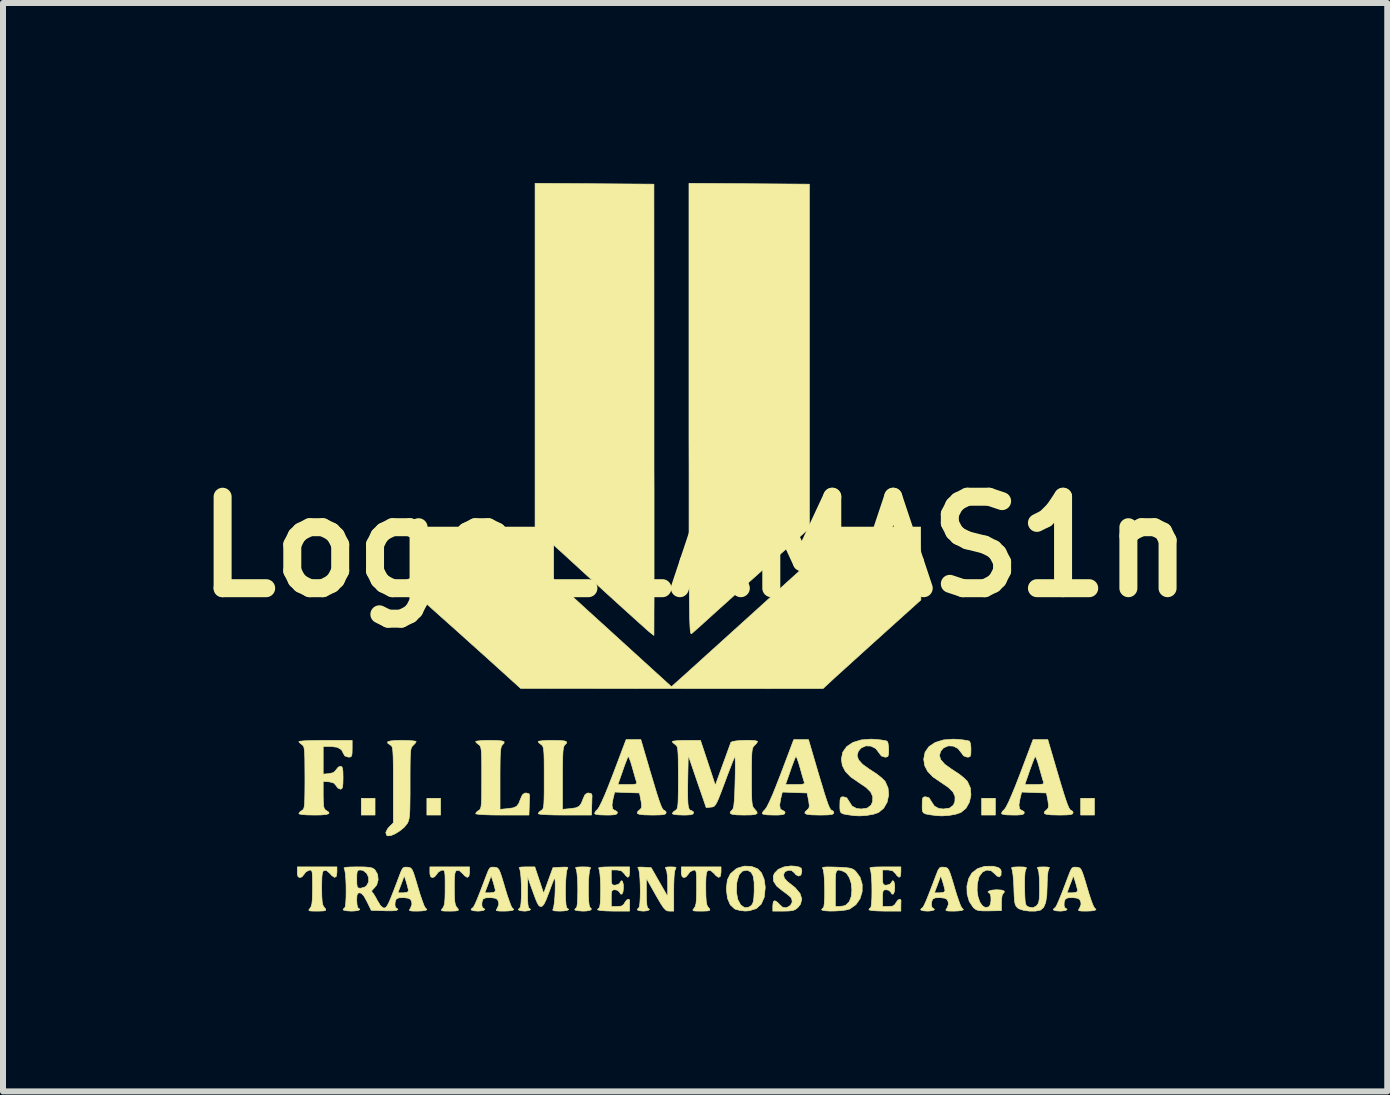
<source format=kicad_pcb>
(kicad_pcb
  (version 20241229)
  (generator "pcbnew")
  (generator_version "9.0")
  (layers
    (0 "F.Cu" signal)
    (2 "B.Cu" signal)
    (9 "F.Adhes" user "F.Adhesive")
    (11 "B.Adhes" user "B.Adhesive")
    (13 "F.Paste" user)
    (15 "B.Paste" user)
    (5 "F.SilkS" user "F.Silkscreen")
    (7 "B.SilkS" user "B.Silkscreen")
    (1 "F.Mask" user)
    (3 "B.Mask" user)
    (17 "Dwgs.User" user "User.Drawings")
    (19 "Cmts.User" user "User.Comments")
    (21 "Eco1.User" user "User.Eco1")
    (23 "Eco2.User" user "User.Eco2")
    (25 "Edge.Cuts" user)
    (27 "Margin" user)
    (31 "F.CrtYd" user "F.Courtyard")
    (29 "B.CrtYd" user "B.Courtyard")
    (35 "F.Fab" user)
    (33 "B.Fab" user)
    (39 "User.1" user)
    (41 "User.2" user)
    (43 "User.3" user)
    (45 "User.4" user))
  (footprint "LogoLLAMAS1n"
    (layer "F.Cu")
    (at 8.534 6.063)
    (property "Reference" "LogoLLAMAS1n" (at 0 0 0) (layer "F.SilkS") (effects (font (size 1.524 1.524) (thickness 0.3))))
    (attr through_hole)
    (fp_poly (pts (xy -5.334 4.47) (xy -5.563 4.47) (xy -5.563 4.191) (xy -5.334 4.191) (xy -5.334 4.47)) (stroke (width 0.01) (type solid)) (fill yes) (layer "F.SilkS"))
    (fp_poly (pts (xy -4.242 4.47) (xy -4.47 4.47) (xy -4.47 4.191) (xy -4.242 4.191) (xy -4.242 4.47)) (stroke (width 0.01) (type solid)) (fill yes) (layer "F.SilkS"))
    (fp_poly (pts (xy 5.004 4.47) (xy 4.775 4.47) (xy 4.775 4.191) (xy 5.004 4.191) (xy 5.004 4.47)) (stroke (width 0.01) (type solid)) (fill yes) (layer "F.SilkS"))
    (fp_poly (pts (xy 6.655 4.47) (xy 6.426 4.47) (xy 6.426 4.191) (xy 6.655 4.191) (xy 6.655 4.47)) (stroke (width 0.01) (type solid)) (fill yes) (layer "F.SilkS"))
    (fp_poly (pts (xy -1.784 5.336) (xy -1.745 5.344) (xy -1.743 5.359) (xy -1.748 5.364) (xy -1.76 5.401) (xy -1.769 5.475) (xy -1.776 5.573) (xy -1.778 5.684) (xy -1.778 5.795) (xy -1.774 5.894) (xy -1.766 5.968) (xy -1.754 6.006) (xy -1.753 6.007) (xy -1.726 6.036) (xy -1.747 6.057) (xy -1.811 6.069) (xy -1.867 6.071) (xy -1.943 6.066) (xy -1.994 6.056) (xy -2.007 6.045) (xy -1.987 6.021) (xy -1.981 6.02) (xy -1.97 5.996) (xy -1.961 5.934) (xy -1.957 5.843) (xy -1.955 5.737) (xy -1.956 5.626) (xy -1.961 5.521) (xy -1.969 5.435) (xy -1.979 5.379) (xy -1.986 5.364) (xy -1.993 5.347) (xy -1.964 5.338) (xy -1.894 5.334) (xy -1.867 5.334) (xy -1.784 5.336)) (stroke (width 0.01) (type solid)) (fill yes) (layer "F.SilkS"))
    (fp_poly (pts (xy 0.939 5.326) (xy 1.043 5.366) (xy 1.105 5.432) (xy 1.149 5.535) (xy 1.168 5.662) (xy 1.168 5.688) (xy 1.152 5.84) (xy 1.102 5.954) (xy 1.02 6.029) (xy 0.904 6.065) (xy 0.833 6.07) (xy 0.747 6.06) (xy 0.671 6.039) (xy 0.658 6.033) (xy 0.586 5.965) (xy 0.54 5.858) (xy 0.527 5.756) (xy 0.689 5.756) (xy 0.711 5.877) (xy 0.757 5.963) (xy 0.763 5.97) (xy 0.825 6.014) (xy 0.885 6.01) (xy 0.929 5.984) (xy 0.954 5.957) (xy 0.97 5.913) (xy 0.98 5.841) (xy 0.985 5.736) (xy 0.984 5.59) (xy 0.968 5.488) (xy 0.934 5.424) (xy 0.882 5.394) (xy 0.862 5.39) (xy 0.789 5.404) (xy 0.734 5.464) (xy 0.701 5.567) (xy 0.694 5.608) (xy 0.689 5.756) (xy 0.527 5.756) (xy 0.522 5.714) (xy 0.522 5.684) (xy 0.538 5.551) (xy 0.588 5.45) (xy 0.677 5.372) (xy 0.713 5.352) (xy 0.821 5.321) (xy 0.939 5.326)) (stroke (width 0.01) (type solid)) (fill yes) (layer "F.SilkS"))
    (fp_poly (pts (xy -5.969 5.423) (xy -5.978 5.49) (xy -6.006 5.509) (xy -6.052 5.481) (xy -6.085 5.444) (xy -6.14 5.395) (xy -6.181 5.392) (xy -6.2 5.407) (xy -6.212 5.438) (xy -6.219 5.496) (xy -6.222 5.589) (xy -6.223 5.687) (xy -6.221 5.821) (xy -6.215 5.912) (xy -6.204 5.969) (xy -6.186 6.002) (xy -6.185 6.003) (xy -6.156 6.038) (xy -6.156 6.058) (xy -6.194 6.068) (xy -6.274 6.071) (xy -6.303 6.071) (xy -6.388 6.07) (xy -6.43 6.065) (xy -6.438 6.052) (xy -6.421 6.029) (xy -6.417 6.024) (xy -6.399 5.994) (xy -6.386 5.946) (xy -6.379 5.872) (xy -6.376 5.762) (xy -6.375 5.679) (xy -6.376 5.553) (xy -6.378 5.469) (xy -6.383 5.418) (xy -6.394 5.394) (xy -6.411 5.387) (xy -6.433 5.389) (xy -6.487 5.418) (xy -6.515 5.455) (xy -6.551 5.499) (xy -6.585 5.512) (xy -6.616 5.499) (xy -6.629 5.452) (xy -6.629 5.423) (xy -6.629 5.334) (xy -5.969 5.334) (xy -5.969 5.423)) (stroke (width 0.01) (type solid)) (fill yes) (layer "F.SilkS"))
    (fp_poly (pts (xy -4.786 3.228) (xy -4.704 3.233) (xy -4.656 3.24) (xy -4.648 3.246) (xy -4.666 3.275) (xy -4.699 3.309) (xy -4.715 3.325) (xy -4.728 3.347) (xy -4.737 3.382) (xy -4.743 3.436) (xy -4.747 3.515) (xy -4.749 3.625) (xy -4.75 3.775) (xy -4.75 3.943) (xy -4.75 4.134) (xy -4.752 4.281) (xy -4.754 4.391) (xy -4.759 4.471) (xy -4.766 4.527) (xy -4.777 4.568) (xy -4.79 4.599) (xy -4.798 4.613) (xy -4.849 4.675) (xy -4.92 4.733) (xy -4.997 4.781) (xy -5.069 4.812) (xy -5.123 4.817) (xy -5.139 4.809) (xy -5.155 4.761) (xy -5.124 4.698) (xy -5.093 4.663) (xy -5.029 4.6) (xy -5.029 3.964) (xy -5.029 3.768) (xy -5.03 3.617) (xy -5.032 3.504) (xy -5.036 3.424) (xy -5.041 3.37) (xy -5.049 3.336) (xy -5.06 3.316) (xy -5.075 3.305) (xy -5.08 3.302) (xy -5.124 3.271) (xy -5.123 3.249) (xy -5.077 3.235) (xy -4.982 3.227) (xy -4.889 3.226) (xy -4.786 3.228)) (stroke (width 0.01) (type solid)) (fill yes) (layer "F.SilkS"))
    (fp_poly (pts (xy -3.759 5.423) (xy -3.769 5.49) (xy -3.797 5.509) (xy -3.842 5.481) (xy -3.875 5.444) (xy -3.93 5.395) (xy -3.971 5.392) (xy -3.99 5.407) (xy -4.002 5.438) (xy -4.009 5.496) (xy -4.013 5.589) (xy -4.013 5.687) (xy -4.011 5.821) (xy -4.005 5.912) (xy -3.994 5.969) (xy -3.977 6.002) (xy -3.975 6.003) (xy -3.946 6.038) (xy -3.947 6.058) (xy -3.984 6.068) (xy -4.064 6.071) (xy -4.093 6.071) (xy -4.178 6.07) (xy -4.22 6.065) (xy -4.229 6.052) (xy -4.212 6.029) (xy -4.208 6.024) (xy -4.189 5.994) (xy -4.176 5.946) (xy -4.169 5.872) (xy -4.166 5.762) (xy -4.166 5.679) (xy -4.166 5.553) (xy -4.168 5.469) (xy -4.174 5.418) (xy -4.184 5.394) (xy -4.201 5.387) (xy -4.223 5.389) (xy -4.277 5.418) (xy -4.305 5.455) (xy -4.341 5.499) (xy -4.375 5.512) (xy -4.406 5.499) (xy -4.419 5.452) (xy -4.42 5.423) (xy -4.42 5.334) (xy -3.759 5.334) (xy -3.759 5.423)) (stroke (width 0.01) (type solid)) (fill yes) (layer "F.SilkS"))
    (fp_poly (pts (xy 0.432 5.423) (xy 0.422 5.49) (xy 0.394 5.509) (xy 0.349 5.481) (xy 0.316 5.444) (xy 0.261 5.395) (xy 0.22 5.392) (xy 0.201 5.407) (xy 0.189 5.438) (xy 0.182 5.496) (xy 0.178 5.589) (xy 0.178 5.687) (xy 0.18 5.821) (xy 0.186 5.912) (xy 0.197 5.969) (xy 0.214 6.002) (xy 0.216 6.003) (xy 0.245 6.038) (xy 0.244 6.058) (xy 0.207 6.068) (xy 0.127 6.071) (xy 0.098 6.071) (xy 0.013 6.07) (xy -0.029 6.065) (xy -0.038 6.052) (xy -0.021 6.029) (xy -0.017 6.024) (xy 0.002 5.994) (xy 0.015 5.946) (xy 0.022 5.872) (xy 0.025 5.762) (xy 0.025 5.679) (xy 0.025 5.553) (xy 0.023 5.469) (xy 0.017 5.418) (xy 0.007 5.394) (xy -0.01 5.387) (xy -0.032 5.389) (xy -0.086 5.418) (xy -0.114 5.455) (xy -0.15 5.499) (xy -0.184 5.512) (xy -0.215 5.499) (xy -0.228 5.452) (xy -0.229 5.423) (xy -0.229 5.334) (xy 0.432 5.334) (xy 0.432 5.423)) (stroke (width 0.01) (type solid)) (fill yes) (layer "F.SilkS"))
    (fp_poly (pts (xy 1.668 5.323) (xy 1.737 5.337) (xy 1.769 5.358) (xy 1.778 5.397) (xy 1.778 5.413) (xy 1.763 5.47) (xy 1.726 5.487) (xy 1.679 5.464) (xy 1.656 5.434) (xy 1.606 5.393) (xy 1.555 5.39) (xy 1.497 5.415) (xy 1.474 5.464) (xy 1.487 5.523) (xy 1.537 5.578) (xy 1.539 5.579) (xy 1.669 5.682) (xy 1.749 5.778) (xy 1.778 5.869) (xy 1.757 5.954) (xy 1.716 6.008) (xy 1.675 6.042) (xy 1.629 6.061) (xy 1.561 6.069) (xy 1.474 6.071) (xy 1.295 6.071) (xy 1.295 5.982) (xy 1.303 5.916) (xy 1.329 5.897) (xy 1.373 5.924) (xy 1.407 5.96) (xy 1.458 6.006) (xy 1.51 6.015) (xy 1.531 6.011) (xy 1.59 5.975) (xy 1.619 5.918) (xy 1.608 5.857) (xy 1.577 5.824) (xy 1.517 5.776) (xy 1.461 5.736) (xy 1.359 5.653) (xy 1.307 5.571) (xy 1.303 5.488) (xy 1.323 5.44) (xy 1.385 5.376) (xy 1.482 5.334) (xy 1.598 5.318) (xy 1.668 5.323)) (stroke (width 0.01) (type solid)) (fill yes) (layer "F.SilkS"))
    (fp_poly (pts (xy 4.986 5.327) (xy 5.057 5.347) (xy 5.092 5.377) (xy 5.101 5.407) (xy 5.098 5.474) (xy 5.07 5.501) (xy 5.027 5.484) (xy 5 5.455) (xy 4.934 5.398) (xy 4.861 5.387) (xy 4.792 5.418) (xy 4.738 5.488) (xy 4.727 5.515) (xy 4.703 5.622) (xy 4.7 5.731) (xy 4.715 5.833) (xy 4.745 5.92) (xy 4.788 5.982) (xy 4.839 6.012) (xy 4.896 5.999) (xy 4.898 5.998) (xy 4.92 5.961) (xy 4.931 5.9) (xy 4.93 5.834) (xy 4.918 5.784) (xy 4.905 5.771) (xy 4.88 5.753) (xy 4.898 5.736) (xy 4.948 5.721) (xy 5.022 5.715) (xy 5.031 5.715) (xy 5.113 5.721) (xy 5.153 5.738) (xy 5.149 5.764) (xy 5.131 5.779) (xy 5.116 5.811) (xy 5.107 5.877) (xy 5.105 5.929) (xy 5.105 6.063) (xy 4.901 6.067) (xy 4.796 6.067) (xy 4.728 6.062) (xy 4.684 6.048) (xy 4.648 6.022) (xy 4.636 6.01) (xy 4.569 5.91) (xy 4.533 5.785) (xy 4.53 5.652) (xy 4.561 5.526) (xy 4.613 5.436) (xy 4.707 5.363) (xy 4.827 5.324) (xy 4.962 5.323) (xy 4.986 5.327)) (stroke (width 0.01) (type solid)) (fill yes) (layer "F.SilkS"))
    (fp_poly (pts (xy -0.339 5.337) (xy -0.316 5.347) (xy -0.325 5.364) (xy -0.34 5.404) (xy -0.35 5.491) (xy -0.355 5.626) (xy -0.356 5.733) (xy -0.356 6.071) (xy -0.429 6.071) (xy -0.462 6.067) (xy -0.492 6.051) (xy -0.525 6.016) (xy -0.566 5.955) (xy -0.623 5.859) (xy -0.658 5.798) (xy -0.812 5.524) (xy -0.812 5.772) (xy -0.81 5.888) (xy -0.803 5.972) (xy -0.793 6.015) (xy -0.787 6.02) (xy -0.763 6.039) (xy -0.762 6.045) (xy -0.785 6.061) (xy -0.841 6.07) (xy -0.864 6.071) (xy -0.927 6.065) (xy -0.963 6.051) (xy -0.965 6.045) (xy -0.946 6.021) (xy -0.94 6.02) (xy -0.928 5.996) (xy -0.92 5.934) (xy -0.915 5.843) (xy -0.913 5.737) (xy -0.915 5.625) (xy -0.92 5.521) (xy -0.928 5.434) (xy -0.939 5.377) (xy -0.946 5.363) (xy -0.956 5.344) (xy -0.931 5.337) (xy -0.865 5.338) (xy -0.855 5.339) (xy -0.732 5.347) (xy -0.595 5.587) (xy -0.457 5.827) (xy -0.457 5.611) (xy -0.461 5.491) (xy -0.472 5.406) (xy -0.488 5.364) (xy -0.496 5.345) (xy -0.467 5.336) (xy -0.406 5.334) (xy -0.339 5.337)) (stroke (width 0.01) (type solid)) (fill yes) (layer "F.SilkS"))
    (fp_poly (pts (xy 2.295 5.336) (xy 2.354 5.338) (xy 2.474 5.343) (xy 2.555 5.351) (xy 2.609 5.363) (xy 2.648 5.383) (xy 2.677 5.408) (xy 2.75 5.508) (xy 2.785 5.625) (xy 2.784 5.748) (xy 2.748 5.865) (xy 2.68 5.963) (xy 2.581 6.033) (xy 2.575 6.036) (xy 2.515 6.052) (xy 2.43 6.063) (xy 2.335 6.069) (xy 2.243 6.07) (xy 2.166 6.065) (xy 2.118 6.055) (xy 2.108 6.045) (xy 2.128 6.021) (xy 2.134 6.02) (xy 2.146 5.996) (xy 2.154 5.934) (xy 2.159 5.843) (xy 2.16 5.737) (xy 2.159 5.69) (xy 2.337 5.69) (xy 2.337 5.994) (xy 2.402 5.994) (xy 2.472 5.985) (xy 2.514 5.97) (xy 2.57 5.913) (xy 2.603 5.826) (xy 2.613 5.721) (xy 2.603 5.613) (xy 2.572 5.515) (xy 2.523 5.44) (xy 2.476 5.41) (xy 2.42 5.39) (xy 2.381 5.386) (xy 2.357 5.403) (xy 2.343 5.45) (xy 2.338 5.532) (xy 2.337 5.657) (xy 2.337 5.69) (xy 2.159 5.69) (xy 2.158 5.625) (xy 2.153 5.521) (xy 2.145 5.434) (xy 2.134 5.377) (xy 2.127 5.362) (xy 2.121 5.348) (xy 2.143 5.339) (xy 2.198 5.335) (xy 2.295 5.336)) (stroke (width 0.01) (type solid)) (fill yes) (layer "F.SilkS"))
    (fp_poly (pts (xy -3.294 3.228) (xy -3.217 3.235) (xy -3.182 3.25) (xy -3.185 3.273) (xy -3.213 3.302) (xy -3.226 3.321) (xy -3.236 3.356) (xy -3.243 3.414) (xy -3.248 3.502) (xy -3.25 3.626) (xy -3.251 3.792) (xy -3.251 3.854) (xy -3.251 4.375) (xy -3.123 4.363) (xy -3.031 4.35) (xy -2.975 4.325) (xy -2.938 4.276) (xy -2.909 4.201) (xy -2.879 4.134) (xy -2.842 4.106) (xy -2.815 4.102) (xy -2.767 4.116) (xy -2.758 4.147) (xy -2.76 4.196) (xy -2.763 4.276) (xy -2.764 4.331) (xy -2.769 4.47) (xy -3.213 4.47) (xy -3.376 4.469) (xy -3.506 4.465) (xy -3.599 4.459) (xy -3.65 4.451) (xy -3.658 4.446) (xy -3.638 4.416) (xy -3.607 4.394) (xy -3.59 4.383) (xy -3.577 4.364) (xy -3.568 4.331) (xy -3.562 4.278) (xy -3.558 4.198) (xy -3.557 4.083) (xy -3.556 3.927) (xy -3.556 3.847) (xy -3.556 3.672) (xy -3.557 3.541) (xy -3.56 3.446) (xy -3.565 3.382) (xy -3.573 3.341) (xy -3.584 3.316) (xy -3.599 3.301) (xy -3.607 3.296) (xy -3.646 3.264) (xy -3.658 3.245) (xy -3.634 3.237) (xy -3.571 3.23) (xy -3.479 3.226) (xy -3.416 3.226) (xy -3.294 3.228)) (stroke (width 0.01) (type solid)) (fill yes) (layer "F.SilkS"))
    (fp_poly (pts (xy -2.252 3.228) (xy -2.176 3.235) (xy -2.141 3.25) (xy -2.143 3.273) (xy -2.172 3.302) (xy -2.185 3.321) (xy -2.195 3.356) (xy -2.202 3.414) (xy -2.206 3.502) (xy -2.209 3.626) (xy -2.21 3.792) (xy -2.21 3.854) (xy -2.21 4.375) (xy -2.081 4.363) (xy -1.99 4.35) (xy -1.934 4.325) (xy -1.897 4.276) (xy -1.867 4.201) (xy -1.837 4.134) (xy -1.801 4.106) (xy -1.774 4.102) (xy -1.726 4.116) (xy -1.717 4.147) (xy -1.719 4.196) (xy -1.721 4.276) (xy -1.723 4.331) (xy -1.727 4.47) (xy -2.172 4.47) (xy -2.334 4.469) (xy -2.465 4.465) (xy -2.558 4.459) (xy -2.608 4.451) (xy -2.616 4.446) (xy -2.596 4.416) (xy -2.565 4.394) (xy -2.548 4.383) (xy -2.535 4.364) (xy -2.526 4.331) (xy -2.52 4.278) (xy -2.517 4.198) (xy -2.515 4.083) (xy -2.515 3.927) (xy -2.515 3.847) (xy -2.515 3.672) (xy -2.516 3.541) (xy -2.519 3.446) (xy -2.524 3.382) (xy -2.532 3.341) (xy -2.543 3.316) (xy -2.558 3.301) (xy -2.565 3.296) (xy -2.605 3.264) (xy -2.616 3.245) (xy -2.593 3.237) (xy -2.529 3.23) (xy -2.437 3.226) (xy -2.375 3.226) (xy -2.252 3.228)) (stroke (width 0.01) (type solid)) (fill yes) (layer "F.SilkS"))
    (fp_poly (pts (xy 5.877 5.337) (xy 5.906 5.346) (xy 5.898 5.364) (xy 5.898 5.364) (xy 5.882 5.408) (xy 5.871 5.498) (xy 5.867 5.63) (xy 5.867 5.645) (xy 5.861 5.809) (xy 5.842 5.929) (xy 5.809 6.008) (xy 5.76 6.051) (xy 5.752 6.055) (xy 5.672 6.071) (xy 5.573 6.071) (xy 5.475 6.058) (xy 5.399 6.033) (xy 5.381 6.022) (xy 5.355 5.997) (xy 5.337 5.966) (xy 5.326 5.919) (xy 5.319 5.845) (xy 5.314 5.734) (xy 5.313 5.686) (xy 5.307 5.567) (xy 5.298 5.467) (xy 5.287 5.395) (xy 5.278 5.366) (xy 5.274 5.347) (xy 5.304 5.338) (xy 5.376 5.334) (xy 5.397 5.334) (xy 5.478 5.336) (xy 5.517 5.343) (xy 5.522 5.358) (xy 5.514 5.369) (xy 5.499 5.416) (xy 5.492 5.513) (xy 5.491 5.658) (xy 5.492 5.693) (xy 5.495 5.817) (xy 5.5 5.9) (xy 5.508 5.951) (xy 5.521 5.979) (xy 5.543 5.995) (xy 5.568 6.005) (xy 5.631 6.015) (xy 5.682 5.988) (xy 5.689 5.982) (xy 5.712 5.956) (xy 5.727 5.92) (xy 5.736 5.864) (xy 5.74 5.778) (xy 5.74 5.665) (xy 5.737 5.52) (xy 5.728 5.421) (xy 5.713 5.368) (xy 5.71 5.364) (xy 5.702 5.346) (xy 5.731 5.337) (xy 5.804 5.334) (xy 5.804 5.334) (xy 5.877 5.337)) (stroke (width 0.01) (type solid)) (fill yes) (layer "F.SilkS"))
    (fp_poly (pts (xy -1.092 5.423) (xy -1.1 5.49) (xy -1.121 5.508) (xy -1.158 5.478) (xy -1.179 5.448) (xy -1.228 5.4) (xy -1.3 5.385) (xy -1.309 5.385) (xy -1.397 5.385) (xy -1.397 5.512) (xy -1.395 5.587) (xy -1.384 5.625) (xy -1.359 5.638) (xy -1.333 5.639) (xy -1.279 5.625) (xy -1.254 5.601) (xy -1.23 5.564) (xy -1.21 5.573) (xy -1.197 5.622) (xy -1.194 5.677) (xy -1.201 5.75) (xy -1.219 5.788) (xy -1.242 5.786) (xy -1.261 5.753) (xy -1.295 5.723) (xy -1.336 5.715) (xy -1.371 5.719) (xy -1.389 5.739) (xy -1.396 5.788) (xy -1.397 5.855) (xy -1.397 5.994) (xy -1.299 5.994) (xy -1.23 5.988) (xy -1.19 5.961) (xy -1.172 5.929) (xy -1.143 5.888) (xy -1.11 5.872) (xy -1.091 5.885) (xy -1.09 5.9) (xy -1.092 5.936) (xy -1.092 5.994) (xy -1.092 6.071) (xy -1.359 6.071) (xy -1.481 6.068) (xy -1.57 6.062) (xy -1.618 6.052) (xy -1.626 6.045) (xy -1.606 6.021) (xy -1.6 6.02) (xy -1.589 5.996) (xy -1.58 5.934) (xy -1.576 5.843) (xy -1.574 5.737) (xy -1.575 5.626) (xy -1.58 5.521) (xy -1.588 5.435) (xy -1.598 5.379) (xy -1.605 5.364) (xy -1.608 5.351) (xy -1.58 5.341) (xy -1.516 5.336) (xy -1.408 5.334) (xy -1.364 5.334) (xy -1.092 5.334) (xy -1.092 5.423)) (stroke (width 0.01) (type solid)) (fill yes) (layer "F.SilkS"))
    (fp_poly (pts (xy 3.429 5.423) (xy 3.422 5.49) (xy 3.4 5.508) (xy 3.363 5.478) (xy 3.342 5.448) (xy 3.293 5.4) (xy 3.221 5.385) (xy 3.213 5.385) (xy 3.124 5.385) (xy 3.124 5.512) (xy 3.126 5.587) (xy 3.137 5.625) (xy 3.162 5.638) (xy 3.188 5.639) (xy 3.243 5.625) (xy 3.267 5.601) (xy 3.291 5.564) (xy 3.311 5.573) (xy 3.324 5.622) (xy 3.327 5.677) (xy 3.32 5.75) (xy 3.303 5.788) (xy 3.279 5.786) (xy 3.26 5.753) (xy 3.226 5.723) (xy 3.185 5.715) (xy 3.15 5.719) (xy 3.132 5.739) (xy 3.125 5.788) (xy 3.124 5.855) (xy 3.124 5.994) (xy 3.222 5.994) (xy 3.291 5.988) (xy 3.331 5.961) (xy 3.349 5.929) (xy 3.379 5.888) (xy 3.411 5.872) (xy 3.43 5.885) (xy 3.431 5.9) (xy 3.43 5.936) (xy 3.429 5.994) (xy 3.429 6.071) (xy 3.162 6.071) (xy 3.04 6.068) (xy 2.951 6.062) (xy 2.903 6.052) (xy 2.896 6.045) (xy 2.915 6.021) (xy 2.921 6.02) (xy 2.933 5.996) (xy 2.941 5.934) (xy 2.946 5.843) (xy 2.947 5.737) (xy 2.946 5.626) (xy 2.941 5.521) (xy 2.933 5.435) (xy 2.923 5.379) (xy 2.916 5.364) (xy 2.913 5.351) (xy 2.941 5.341) (xy 3.005 5.336) (xy 3.113 5.334) (xy 3.157 5.334) (xy 3.429 5.334) (xy 3.429 5.423)) (stroke (width 0.01) (type solid)) (fill yes) (layer "F.SilkS"))
    (fp_poly (pts (xy 3.004 3.209) (xy 3.094 3.218) (xy 3.165 3.229) (xy 3.2 3.239) (xy 3.215 3.271) (xy 3.224 3.336) (xy 3.226 3.38) (xy 3.224 3.455) (xy 3.213 3.492) (xy 3.187 3.504) (xy 3.164 3.505) (xy 3.103 3.484) (xy 3.068 3.436) (xy 3.01 3.361) (xy 2.931 3.321) (xy 2.846 3.317) (xy 2.769 3.351) (xy 2.72 3.407) (xy 2.7 3.478) (xy 2.723 3.549) (xy 2.79 3.624) (xy 2.904 3.706) (xy 2.934 3.725) (xy 3.027 3.786) (xy 3.109 3.851) (xy 3.164 3.906) (xy 3.169 3.913) (xy 3.216 4.02) (xy 3.225 4.139) (xy 3.2 4.256) (xy 3.142 4.357) (xy 3.056 4.428) (xy 3.055 4.428) (xy 2.973 4.456) (xy 2.862 4.476) (xy 2.744 4.484) (xy 2.654 4.48) (xy 2.543 4.465) (xy 2.472 4.452) (xy 2.433 4.433) (xy 2.417 4.403) (xy 2.413 4.353) (xy 2.413 4.304) (xy 2.415 4.224) (xy 2.424 4.183) (xy 2.445 4.168) (xy 2.473 4.166) (xy 2.527 4.183) (xy 2.566 4.243) (xy 2.616 4.321) (xy 2.692 4.361) (xy 2.769 4.369) (xy 2.869 4.354) (xy 2.932 4.306) (xy 2.959 4.244) (xy 2.961 4.162) (xy 2.926 4.086) (xy 2.85 4.01) (xy 2.729 3.928) (xy 2.729 3.928) (xy 2.594 3.835) (xy 2.504 3.742) (xy 2.453 3.644) (xy 2.438 3.537) (xy 2.461 3.422) (xy 2.527 3.329) (xy 2.63 3.26) (xy 2.767 3.218) (xy 2.932 3.205) (xy 3.004 3.209)) (stroke (width 0.01) (type solid)) (fill yes) (layer "F.SilkS"))
    (fp_poly (pts (xy 4.375 3.209) (xy 4.466 3.218) (xy 4.537 3.229) (xy 4.572 3.239) (xy 4.587 3.271) (xy 4.596 3.336) (xy 4.597 3.38) (xy 4.595 3.455) (xy 4.584 3.492) (xy 4.559 3.504) (xy 4.535 3.505) (xy 4.475 3.484) (xy 4.44 3.436) (xy 4.381 3.361) (xy 4.303 3.321) (xy 4.218 3.317) (xy 4.14 3.351) (xy 4.092 3.407) (xy 4.072 3.478) (xy 4.094 3.549) (xy 4.161 3.624) (xy 4.275 3.706) (xy 4.305 3.725) (xy 4.398 3.786) (xy 4.48 3.851) (xy 4.535 3.906) (xy 4.54 3.913) (xy 4.588 4.02) (xy 4.597 4.139) (xy 4.571 4.256) (xy 4.514 4.357) (xy 4.428 4.428) (xy 4.427 4.428) (xy 4.344 4.456) (xy 4.233 4.476) (xy 4.116 4.484) (xy 4.026 4.48) (xy 3.914 4.465) (xy 3.844 4.452) (xy 3.805 4.433) (xy 3.788 4.403) (xy 3.784 4.353) (xy 3.785 4.304) (xy 3.786 4.224) (xy 3.795 4.183) (xy 3.817 4.168) (xy 3.845 4.166) (xy 3.899 4.183) (xy 3.937 4.243) (xy 3.988 4.321) (xy 4.063 4.361) (xy 4.14 4.369) (xy 4.241 4.354) (xy 4.304 4.306) (xy 4.33 4.244) (xy 4.332 4.162) (xy 4.298 4.086) (xy 4.222 4.01) (xy 4.101 3.928) (xy 4.101 3.928) (xy 3.965 3.835) (xy 3.875 3.742) (xy 3.825 3.644) (xy 3.81 3.537) (xy 3.833 3.422) (xy 3.898 3.329) (xy 4.002 3.26) (xy 4.139 3.218) (xy 4.304 3.205) (xy 4.375 3.209)) (stroke (width 0.01) (type solid)) (fill yes) (layer "F.SilkS"))
    (fp_poly (pts (xy -3.345 5.339) (xy -3.313 5.344) (xy -3.289 5.355) (xy -3.268 5.382) (xy -3.246 5.432) (xy -3.219 5.513) (xy -3.183 5.632) (xy -3.17 5.677) (xy -3.133 5.799) (xy -3.098 5.901) (xy -3.07 5.976) (xy -3.051 6.013) (xy -3.048 6.016) (xy -3.023 6.042) (xy -3.023 6.047) (xy -3.046 6.059) (xy -3.106 6.068) (xy -3.179 6.071) (xy -3.263 6.07) (xy -3.306 6.064) (xy -3.315 6.051) (xy -3.299 6.028) (xy -3.297 6.026) (xy -3.271 5.959) (xy -3.275 5.918) (xy -3.294 5.877) (xy -3.332 5.856) (xy -3.402 5.847) (xy -3.488 5.849) (xy -3.533 5.871) (xy -3.534 5.872) (xy -3.552 5.921) (xy -3.554 5.976) (xy -3.542 6.014) (xy -3.531 6.02) (xy -3.506 6.039) (xy -3.505 6.045) (xy -3.528 6.06) (xy -3.585 6.069) (xy -3.619 6.071) (xy -3.688 6.066) (xy -3.729 6.053) (xy -3.734 6.045) (xy -3.716 6.021) (xy -3.71 6.02) (xy -3.696 6.007) (xy -3.673 5.966) (xy -3.64 5.893) (xy -3.596 5.783) (xy -3.589 5.766) (xy -3.505 5.766) (xy -3.416 5.766) (xy -3.352 5.758) (xy -3.328 5.735) (xy -3.328 5.734) (xy -3.334 5.7) (xy -3.349 5.642) (xy -3.368 5.577) (xy -3.386 5.521) (xy -3.399 5.488) (xy -3.402 5.486) (xy -3.411 5.515) (xy -3.433 5.576) (xy -3.454 5.632) (xy -3.505 5.766) (xy -3.589 5.766) (xy -3.538 5.633) (xy -3.476 5.469) (xy -3.445 5.391) (xy -3.419 5.351) (xy -3.387 5.338) (xy -3.345 5.339)) (stroke (width 0.01) (type solid)) (fill yes) (layer "F.SilkS"))
    (fp_poly (pts (xy 4.148 5.339) (xy 4.18 5.344) (xy 4.204 5.355) (xy 4.225 5.382) (xy 4.247 5.432) (xy 4.274 5.513) (xy 4.31 5.632) (xy 4.323 5.677) (xy 4.36 5.799) (xy 4.395 5.901) (xy 4.423 5.976) (xy 4.442 6.013) (xy 4.445 6.016) (xy 4.47 6.042) (xy 4.47 6.047) (xy 4.447 6.059) (xy 4.387 6.068) (xy 4.314 6.071) (xy 4.23 6.07) (xy 4.187 6.064) (xy 4.178 6.051) (xy 4.194 6.028) (xy 4.196 6.026) (xy 4.222 5.959) (xy 4.218 5.918) (xy 4.199 5.877) (xy 4.161 5.856) (xy 4.091 5.847) (xy 4.005 5.849) (xy 3.96 5.871) (xy 3.959 5.872) (xy 3.941 5.921) (xy 3.939 5.976) (xy 3.951 6.014) (xy 3.962 6.02) (xy 3.987 6.039) (xy 3.988 6.045) (xy 3.965 6.06) (xy 3.908 6.069) (xy 3.873 6.071) (xy 3.805 6.066) (xy 3.764 6.053) (xy 3.759 6.045) (xy 3.777 6.021) (xy 3.783 6.02) (xy 3.797 6.007) (xy 3.82 5.966) (xy 3.853 5.893) (xy 3.897 5.783) (xy 3.904 5.766) (xy 3.988 5.766) (xy 4.077 5.766) (xy 4.141 5.758) (xy 4.165 5.735) (xy 4.165 5.734) (xy 4.159 5.7) (xy 4.144 5.642) (xy 4.125 5.577) (xy 4.107 5.521) (xy 4.094 5.488) (xy 4.091 5.486) (xy 4.082 5.515) (xy 4.06 5.576) (xy 4.039 5.632) (xy 3.988 5.766) (xy 3.904 5.766) (xy 3.955 5.633) (xy 4.017 5.469) (xy 4.048 5.391) (xy 4.074 5.351) (xy 4.106 5.338) (xy 4.148 5.339)) (stroke (width 0.01) (type solid)) (fill yes) (layer "F.SilkS"))
    (fp_poly (pts (xy 6.357 5.339) (xy 6.389 5.344) (xy 6.414 5.355) (xy 6.435 5.382) (xy 6.457 5.432) (xy 6.484 5.513) (xy 6.52 5.632) (xy 6.533 5.677) (xy 6.57 5.799) (xy 6.604 5.901) (xy 6.633 5.976) (xy 6.652 6.013) (xy 6.655 6.016) (xy 6.68 6.042) (xy 6.68 6.047) (xy 6.657 6.059) (xy 6.597 6.068) (xy 6.524 6.071) (xy 6.439 6.07) (xy 6.397 6.064) (xy 6.388 6.051) (xy 6.404 6.028) (xy 6.406 6.026) (xy 6.432 5.959) (xy 6.428 5.918) (xy 6.409 5.877) (xy 6.371 5.856) (xy 6.301 5.847) (xy 6.215 5.849) (xy 6.17 5.871) (xy 6.169 5.872) (xy 6.151 5.921) (xy 6.149 5.976) (xy 6.16 6.014) (xy 6.172 6.02) (xy 6.197 6.039) (xy 6.198 6.045) (xy 6.175 6.06) (xy 6.117 6.069) (xy 6.083 6.071) (xy 6.015 6.066) (xy 5.974 6.053) (xy 5.969 6.045) (xy 5.987 6.021) (xy 5.993 6.02) (xy 6.007 6.007) (xy 6.03 5.966) (xy 6.062 5.893) (xy 6.107 5.783) (xy 6.114 5.766) (xy 6.198 5.766) (xy 6.287 5.766) (xy 6.35 5.758) (xy 6.375 5.735) (xy 6.375 5.734) (xy 6.369 5.7) (xy 6.354 5.642) (xy 6.335 5.577) (xy 6.317 5.521) (xy 6.304 5.488) (xy 6.301 5.486) (xy 6.292 5.515) (xy 6.27 5.576) (xy 6.248 5.632) (xy 6.198 5.766) (xy 6.114 5.766) (xy 6.165 5.633) (xy 6.227 5.469) (xy 6.258 5.391) (xy 6.284 5.351) (xy 6.315 5.338) (xy 6.357 5.339)) (stroke (width 0.01) (type solid)) (fill yes) (layer "F.SilkS"))
    (fp_poly (pts (xy -0.746 3.752) (xy -0.687 3.948) (xy -0.641 4.101) (xy -0.604 4.215) (xy -0.575 4.297) (xy -0.552 4.35) (xy -0.533 4.38) (xy -0.516 4.393) (xy -0.507 4.394) (xy -0.485 4.415) (xy -0.483 4.432) (xy -0.491 4.45) (xy -0.523 4.462) (xy -0.586 4.468) (xy -0.689 4.47) (xy -0.724 4.47) (xy -0.851 4.467) (xy -0.93 4.458) (xy -0.965 4.44) (xy -0.958 4.413) (xy -0.922 4.381) (xy -0.897 4.354) (xy -0.891 4.313) (xy -0.9 4.241) (xy -0.903 4.226) (xy -0.927 4.102) (xy -1.133 4.095) (xy -1.34 4.087) (xy -1.368 4.201) (xy -1.385 4.303) (xy -1.374 4.369) (xy -1.336 4.394) (xy -1.331 4.394) (xy -1.299 4.415) (xy -1.295 4.432) (xy -1.305 4.452) (xy -1.341 4.464) (xy -1.413 4.47) (xy -1.486 4.47) (xy -1.592 4.467) (xy -1.657 4.457) (xy -1.676 4.443) (xy -1.658 4.407) (xy -1.624 4.373) (xy -1.598 4.334) (xy -1.557 4.252) (xy -1.503 4.131) (xy -1.44 3.976) (xy -1.435 3.962) (xy -1.287 3.962) (xy -1.124 3.962) (xy -1.034 3.96) (xy -0.987 3.953) (xy -0.972 3.937) (xy -0.974 3.925) (xy -0.987 3.884) (xy -1.009 3.809) (xy -1.036 3.713) (xy -1.044 3.684) (xy -1.071 3.593) (xy -1.095 3.526) (xy -1.111 3.495) (xy -1.115 3.494) (xy -1.129 3.523) (xy -1.155 3.589) (xy -1.189 3.68) (xy -1.208 3.736) (xy -1.287 3.962) (xy -1.435 3.962) (xy -1.368 3.79) (xy -1.361 3.772) (xy -1.15 3.213) (xy -0.904 3.213) (xy -0.746 3.752)) (stroke (width 0.01) (type solid)) (fill yes) (layer "F.SilkS"))
    (fp_poly (pts (xy 2.048 3.752) (xy 2.107 3.948) (xy 2.153 4.101) (xy 2.19 4.215) (xy 2.219 4.297) (xy 2.242 4.35) (xy 2.261 4.38) (xy 2.278 4.393) (xy 2.287 4.394) (xy 2.309 4.415) (xy 2.311 4.432) (xy 2.303 4.45) (xy 2.271 4.462) (xy 2.208 4.468) (xy 2.105 4.47) (xy 2.07 4.47) (xy 1.943 4.467) (xy 1.864 4.458) (xy 1.829 4.44) (xy 1.836 4.413) (xy 1.872 4.381) (xy 1.897 4.354) (xy 1.903 4.313) (xy 1.894 4.241) (xy 1.891 4.226) (xy 1.867 4.102) (xy 1.661 4.095) (xy 1.454 4.087) (xy 1.426 4.201) (xy 1.409 4.303) (xy 1.42 4.369) (xy 1.458 4.394) (xy 1.463 4.394) (xy 1.495 4.415) (xy 1.499 4.432) (xy 1.489 4.452) (xy 1.453 4.464) (xy 1.381 4.47) (xy 1.308 4.47) (xy 1.202 4.467) (xy 1.137 4.457) (xy 1.118 4.443) (xy 1.136 4.407) (xy 1.17 4.373) (xy 1.196 4.334) (xy 1.237 4.252) (xy 1.291 4.131) (xy 1.354 3.976) (xy 1.359 3.962) (xy 1.507 3.962) (xy 1.67 3.962) (xy 1.76 3.96) (xy 1.807 3.953) (xy 1.822 3.937) (xy 1.82 3.925) (xy 1.807 3.884) (xy 1.785 3.809) (xy 1.758 3.713) (xy 1.75 3.684) (xy 1.723 3.593) (xy 1.699 3.526) (xy 1.683 3.495) (xy 1.679 3.494) (xy 1.665 3.523) (xy 1.639 3.589) (xy 1.605 3.68) (xy 1.586 3.736) (xy 1.507 3.962) (xy 1.359 3.962) (xy 1.426 3.79) (xy 1.433 3.772) (xy 1.644 3.213) (xy 1.89 3.213) (xy 2.048 3.752)) (stroke (width 0.01) (type solid)) (fill yes) (layer "F.SilkS"))
    (fp_poly (pts (xy 6.036 3.752) (xy 6.094 3.948) (xy 6.141 4.101) (xy 6.178 4.215) (xy 6.207 4.297) (xy 6.23 4.35) (xy 6.249 4.38) (xy 6.266 4.393) (xy 6.275 4.394) (xy 6.296 4.415) (xy 6.299 4.432) (xy 6.291 4.45) (xy 6.259 4.462) (xy 6.196 4.468) (xy 6.093 4.47) (xy 6.058 4.47) (xy 5.931 4.467) (xy 5.852 4.458) (xy 5.817 4.44) (xy 5.824 4.413) (xy 5.86 4.381) (xy 5.884 4.354) (xy 5.891 4.313) (xy 5.881 4.241) (xy 5.879 4.226) (xy 5.855 4.102) (xy 5.648 4.095) (xy 5.442 4.087) (xy 5.414 4.201) (xy 5.397 4.303) (xy 5.408 4.369) (xy 5.446 4.394) (xy 5.451 4.394) (xy 5.482 4.415) (xy 5.486 4.432) (xy 5.476 4.452) (xy 5.44 4.464) (xy 5.369 4.47) (xy 5.296 4.47) (xy 5.19 4.467) (xy 5.125 4.457) (xy 5.105 4.443) (xy 5.123 4.407) (xy 5.158 4.373) (xy 5.184 4.334) (xy 5.225 4.252) (xy 5.278 4.131) (xy 5.342 3.976) (xy 5.347 3.962) (xy 5.495 3.962) (xy 5.658 3.962) (xy 5.748 3.96) (xy 5.795 3.953) (xy 5.81 3.937) (xy 5.808 3.925) (xy 5.795 3.884) (xy 5.773 3.809) (xy 5.746 3.713) (xy 5.738 3.684) (xy 5.711 3.593) (xy 5.687 3.526) (xy 5.67 3.495) (xy 5.667 3.494) (xy 5.653 3.523) (xy 5.627 3.589) (xy 5.593 3.68) (xy 5.573 3.736) (xy 5.495 3.962) (xy 5.347 3.962) (xy 5.414 3.79) (xy 5.421 3.772) (xy 5.632 3.213) (xy 5.878 3.213) (xy 6.036 3.752)) (stroke (width 0.01) (type solid)) (fill yes) (layer "F.SilkS"))
    (fp_poly (pts (xy -5.715 3.365) (xy -5.717 3.446) (xy -5.725 3.487) (xy -5.747 3.503) (xy -5.777 3.505) (xy -5.835 3.486) (xy -5.855 3.455) (xy -5.894 3.381) (xy -5.961 3.341) (xy -6.064 3.327) (xy -6.072 3.327) (xy -6.198 3.327) (xy -6.198 3.788) (xy -6.102 3.78) (xy -6.027 3.763) (xy -5.987 3.724) (xy -5.982 3.715) (xy -5.946 3.671) (xy -5.912 3.658) (xy -5.889 3.664) (xy -5.876 3.69) (xy -5.869 3.745) (xy -5.867 3.841) (xy -5.867 3.848) (xy -5.869 3.946) (xy -5.875 4.004) (xy -5.888 4.031) (xy -5.91 4.039) (xy -5.912 4.039) (xy -5.956 4.018) (xy -5.982 3.981) (xy -6.019 3.938) (xy -6.087 3.918) (xy -6.102 3.916) (xy -6.198 3.909) (xy -6.198 4.138) (xy -6.196 4.249) (xy -6.191 4.32) (xy -6.18 4.361) (xy -6.161 4.385) (xy -6.147 4.394) (xy -6.103 4.424) (xy -6.103 4.446) (xy -6.148 4.461) (xy -6.24 4.469) (xy -6.35 4.47) (xy -6.462 4.468) (xy -6.547 4.462) (xy -6.596 4.452) (xy -6.604 4.446) (xy -6.584 4.416) (xy -6.553 4.394) (xy -6.536 4.383) (xy -6.523 4.364) (xy -6.514 4.331) (xy -6.508 4.278) (xy -6.505 4.198) (xy -6.503 4.083) (xy -6.502 3.927) (xy -6.502 3.847) (xy -6.503 3.672) (xy -6.504 3.541) (xy -6.507 3.446) (xy -6.512 3.382) (xy -6.519 3.341) (xy -6.531 3.316) (xy -6.546 3.301) (xy -6.553 3.296) (xy -6.593 3.264) (xy -6.604 3.245) (xy -6.58 3.239) (xy -6.513 3.233) (xy -6.412 3.229) (xy -6.284 3.227) (xy -6.16 3.226) (xy -5.715 3.226) (xy -5.715 3.365)) (stroke (width 0.01) (type solid)) (fill yes) (layer "F.SilkS"))
    (fp_poly (pts (xy -2.524 5.775) (xy -2.447 5.561) (xy -2.369 5.347) (xy -2.232 5.339) (xy -2.155 5.337) (xy -2.121 5.342) (xy -2.122 5.357) (xy -2.127 5.363) (xy -2.14 5.399) (xy -2.149 5.47) (xy -2.156 5.567) (xy -2.16 5.676) (xy -2.16 5.786) (xy -2.157 5.887) (xy -2.151 5.966) (xy -2.141 6.013) (xy -2.134 6.02) (xy -2.109 6.039) (xy -2.108 6.045) (xy -2.131 6.059) (xy -2.191 6.068) (xy -2.251 6.071) (xy -2.332 6.068) (xy -2.369 6.06) (xy -2.371 6.043) (xy -2.368 6.039) (xy -2.356 6.001) (xy -2.345 5.925) (xy -2.336 5.823) (xy -2.333 5.749) (xy -2.331 5.645) (xy -2.332 5.568) (xy -2.337 5.524) (xy -2.342 5.52) (xy -2.359 5.556) (xy -2.387 5.628) (xy -2.422 5.722) (xy -2.441 5.772) (xy -2.484 5.884) (xy -2.518 5.954) (xy -2.547 5.988) (xy -2.566 5.994) (xy -2.588 5.99) (xy -2.608 5.973) (xy -2.63 5.935) (xy -2.658 5.869) (xy -2.695 5.769) (xy -2.742 5.639) (xy -2.79 5.499) (xy -2.792 5.759) (xy -2.791 5.881) (xy -2.785 5.968) (xy -2.775 6.014) (xy -2.769 6.02) (xy -2.744 6.039) (xy -2.743 6.045) (xy -2.766 6.061) (xy -2.822 6.07) (xy -2.845 6.071) (xy -2.908 6.065) (xy -2.944 6.051) (xy -2.946 6.045) (xy -2.927 6.021) (xy -2.921 6.02) (xy -2.909 5.996) (xy -2.901 5.934) (xy -2.896 5.843) (xy -2.895 5.737) (xy -2.896 5.626) (xy -2.901 5.521) (xy -2.909 5.435) (xy -2.919 5.379) (xy -2.926 5.364) (xy -2.933 5.347) (xy -2.904 5.337) (xy -2.833 5.334) (xy -2.814 5.334) (xy -2.671 5.334) (xy -2.524 5.775)) (stroke (width 0.01) (type solid)) (fill yes) (layer "F.SilkS"))
    (fp_poly (pts (xy 0.947 3.226) (xy 1.011 3.232) (xy 1.041 3.243) (xy 1.041 3.246) (xy 1.024 3.275) (xy 0.991 3.309) (xy 0.973 3.327) (xy 0.96 3.352) (xy 0.951 3.391) (xy 0.945 3.45) (xy 0.942 3.539) (xy 0.94 3.664) (xy 0.94 3.831) (xy 0.94 3.835) (xy 0.94 4.004) (xy 0.942 4.13) (xy 0.945 4.22) (xy 0.951 4.281) (xy 0.96 4.322) (xy 0.973 4.348) (xy 0.991 4.369) (xy 1.028 4.413) (xy 1.035 4.442) (xy 1.005 4.459) (xy 0.935 4.468) (xy 0.818 4.47) (xy 0.813 4.47) (xy 0.69 4.467) (xy 0.615 4.457) (xy 0.583 4.438) (xy 0.593 4.409) (xy 0.62 4.384) (xy 0.634 4.361) (xy 0.645 4.313) (xy 0.653 4.233) (xy 0.66 4.115) (xy 0.665 3.954) (xy 0.666 3.918) (xy 0.669 3.777) (xy 0.67 3.656) (xy 0.669 3.563) (xy 0.666 3.507) (xy 0.663 3.494) (xy 0.651 3.521) (xy 0.623 3.587) (xy 0.585 3.686) (xy 0.538 3.808) (xy 0.497 3.919) (xy 0.441 4.068) (xy 0.399 4.176) (xy 0.367 4.25) (xy 0.341 4.296) (xy 0.319 4.322) (xy 0.295 4.334) (xy 0.266 4.338) (xy 0.264 4.338) (xy 0.185 4.346) (xy 0.035 3.91) (xy -0.114 3.474) (xy -0.122 3.877) (xy -0.124 4.054) (xy -0.123 4.187) (xy -0.119 4.281) (xy -0.11 4.343) (xy -0.095 4.378) (xy -0.075 4.393) (xy -0.063 4.394) (xy -0.03 4.415) (xy -0.025 4.432) (xy -0.036 4.453) (xy -0.073 4.465) (xy -0.148 4.47) (xy -0.203 4.47) (xy -0.291 4.467) (xy -0.354 4.459) (xy -0.381 4.447) (xy -0.381 4.446) (xy -0.361 4.416) (xy -0.33 4.394) (xy -0.313 4.383) (xy -0.3 4.364) (xy -0.291 4.331) (xy -0.285 4.278) (xy -0.282 4.198) (xy -0.28 4.083) (xy -0.279 3.927) (xy -0.279 3.847) (xy -0.28 3.672) (xy -0.281 3.541) (xy -0.284 3.446) (xy -0.289 3.382) (xy -0.296 3.341) (xy -0.308 3.316) (xy -0.323 3.301) (xy -0.33 3.296) (xy -0.37 3.264) (xy -0.381 3.245) (xy -0.357 3.237) (xy -0.294 3.23) (xy -0.203 3.226) (xy -0.145 3.226) (xy 0.09 3.226) (xy 0.214 3.599) (xy 0.337 3.973) (xy 0.461 3.631) (xy 0.507 3.506) (xy 0.546 3.397) (xy 0.577 3.313) (xy 0.594 3.265) (xy 0.597 3.258) (xy 0.624 3.244) (xy 0.687 3.234) (xy 0.771 3.227) (xy 0.862 3.224) (xy 0.947 3.226)) (stroke (width 0.01) (type solid)) (fill yes) (layer "F.SilkS"))
    (fp_poly (pts (xy 0.902 -6.051) (xy 1.905 -6.044) (xy 1.905 -0.33) (xy 3.759 -0.33) (xy 3.76 -0.025) (xy 3.761 0.137) (xy 3.761 0.32) (xy 3.762 0.497) (xy 3.762 0.582) (xy 3.763 0.885) (xy 3.107 1.476) (xy 2.945 1.622) (xy 2.788 1.764) (xy 2.642 1.896) (xy 2.512 2.014) (xy 2.405 2.111) (xy 2.325 2.183) (xy 2.291 2.215) (xy 2.132 2.362) (xy -0.388 2.361) (xy -2.908 2.359) (xy -3.278 2.024) (xy -3.413 1.902) (xy -3.574 1.757) (xy -3.747 1.602) (xy -3.92 1.446) (xy -4.08 1.303) (xy -4.104 1.282) (xy -4.559 0.875) (xy -4.559 -0.33) (xy -3.613 -0.33) (xy -2.667 -0.33) (xy -2.667 -3.194) (xy -2.667 -6.058) (xy -1.676 -6.051) (xy -0.686 -6.044) (xy -0.685 -2.882) (xy -0.685 -2.479) (xy -0.685 -2.086) (xy -0.685 -1.705) (xy -0.685 -1.342) (xy -0.684 -0.999) (xy -0.684 -0.679) (xy -0.684 -0.387) (xy -0.684 -0.125) (xy -0.684 0.103) (xy -0.684 0.293) (xy -0.684 0.442) (xy -0.684 0.547) (xy -0.684 0.597) (xy -0.684 0.756) (xy -0.684 0.932) (xy -0.685 1.1) (xy -0.685 1.196) (xy -0.686 1.477) (xy -0.746 1.431) (xy -0.782 1.401) (xy -0.852 1.338) (xy -0.956 1.245) (xy -1.09 1.124) (xy -1.253 0.977) (xy -1.442 0.805) (xy -1.655 0.611) (xy -1.89 0.397) (xy -2.144 0.164) (xy -2.184 0.127) (xy -2.288 0.033) (xy -2.388 -0.058) (xy -2.475 -0.137) (xy -2.534 -0.189) (xy -2.642 -0.285) (xy -2.642 0.275) (xy -2.508 0.402) (xy -2.464 0.444) (xy -2.386 0.516) (xy -2.278 0.615) (xy -2.145 0.736) (xy -1.991 0.877) (xy -1.821 1.033) (xy -1.637 1.2) (xy -1.444 1.375) (xy -1.384 1.43) (xy -0.394 2.331) (xy -0.292 2.24) (xy -0.254 2.206) (xy -0.183 2.142) (xy -0.081 2.05) (xy 0.047 1.935) (xy 0.196 1.799) (xy 0.365 1.647) (xy 0.547 1.482) (xy 0.741 1.307) (xy 0.845 1.213) (xy 1.88 0.275) (xy 1.88 -0.288) (xy 1.822 -0.237) (xy 1.79 -0.208) (xy 1.725 -0.15) (xy 1.631 -0.066) (xy 1.515 0.037) (xy 1.381 0.157) (xy 1.234 0.288) (xy 1.143 0.37) (xy 0.978 0.517) (xy 0.811 0.666) (xy 0.651 0.81) (xy 0.503 0.943) (xy 0.377 1.056) (xy 0.279 1.145) (xy 0.254 1.168) (xy 0.154 1.258) (xy 0.065 1.339) (xy -0.006 1.401) (xy -0.05 1.44) (xy -0.057 1.445) (xy -0.063 1.448) (xy -0.069 1.445) (xy -0.074 1.435) (xy -0.078 1.414) (xy -0.082 1.38) (xy -0.085 1.331) (xy -0.088 1.265) (xy -0.091 1.179) (xy -0.093 1.071) (xy -0.095 0.938) (xy -0.097 0.779) (xy -0.098 0.59) (xy -0.099 0.369) (xy -0.1 0.114) (xy -0.101 -0.177) (xy -0.101 -0.507) (xy -0.101 -0.878) (xy -0.101 -1.293) (xy -0.102 -1.753) (xy -0.102 -2.262) (xy -0.102 -2.289) (xy -0.102 -6.058) (xy 0.902 -6.051)) (stroke (width 0.01) (type solid)) (fill yes) (layer "F.SilkS"))
    (fp_poly (pts (xy -5.513 5.335) (xy -5.434 5.341) (xy -5.383 5.352) (xy -5.349 5.371) (xy -5.334 5.385) (xy -5.291 5.46) (xy -5.282 5.55) (xy -5.306 5.635) (xy -5.348 5.686) (xy -5.386 5.726) (xy -5.386 5.752) (xy -5.385 5.753) (xy -5.359 5.783) (xy -5.322 5.844) (xy -5.295 5.895) (xy -5.242 5.981) (xy -5.195 6.018) (xy -5.183 6.02) (xy -5.165 6.016) (xy -5.146 6.001) (xy -5.125 5.97) (xy -5.098 5.916) (xy -5.063 5.833) (xy -5.037 5.766) (xy -4.953 5.766) (xy -4.864 5.766) (xy -4.8 5.758) (xy -4.776 5.735) (xy -4.776 5.734) (xy -4.782 5.7) (xy -4.797 5.642) (xy -4.815 5.577) (xy -4.834 5.521) (xy -4.846 5.488) (xy -4.85 5.486) (xy -4.859 5.515) (xy -4.881 5.576) (xy -4.902 5.632) (xy -4.953 5.766) (xy -5.037 5.766) (xy -5.018 5.718) (xy -4.959 5.563) (xy -4.924 5.469) (xy -4.893 5.391) (xy -4.867 5.351) (xy -4.835 5.338) (xy -4.793 5.339) (xy -4.761 5.344) (xy -4.737 5.355) (xy -4.715 5.382) (xy -4.693 5.432) (xy -4.667 5.513) (xy -4.631 5.632) (xy -4.618 5.677) (xy -4.581 5.799) (xy -4.546 5.901) (xy -4.518 5.976) (xy -4.499 6.013) (xy -4.496 6.016) (xy -4.471 6.042) (xy -4.47 6.047) (xy -4.494 6.059) (xy -4.554 6.068) (xy -4.627 6.071) (xy -4.711 6.07) (xy -4.754 6.064) (xy -4.762 6.051) (xy -4.746 6.028) (xy -4.745 6.026) (xy -4.719 5.959) (xy -4.723 5.918) (xy -4.741 5.877) (xy -4.78 5.856) (xy -4.85 5.847) (xy -4.936 5.849) (xy -4.981 5.871) (xy -4.982 5.872) (xy -4.999 5.921) (xy -5.002 5.976) (xy -4.99 6.014) (xy -4.978 6.02) (xy -4.954 6.039) (xy -4.953 6.046) (xy -4.978 6.059) (xy -5.048 6.066) (xy -5.162 6.066) (xy -5.175 6.065) (xy -5.397 6.058) (xy -5.468 5.912) (xy -5.518 5.822) (xy -5.56 5.776) (xy -5.589 5.766) (xy -5.619 5.773) (xy -5.634 5.802) (xy -5.639 5.866) (xy -5.639 5.893) (xy -5.634 5.965) (xy -5.623 6.011) (xy -5.613 6.02) (xy -5.589 6.039) (xy -5.588 6.045) (xy -5.611 6.059) (xy -5.67 6.068) (xy -5.728 6.071) (xy -5.804 6.066) (xy -5.855 6.056) (xy -5.867 6.045) (xy -5.848 6.021) (xy -5.842 6.02) (xy -5.83 5.996) (xy -5.822 5.934) (xy -5.817 5.843) (xy -5.816 5.737) (xy -5.817 5.626) (xy -5.821 5.537) (xy -5.639 5.537) (xy -5.637 5.622) (xy -5.63 5.667) (xy -5.612 5.686) (xy -5.578 5.69) (xy -5.577 5.69) (xy -5.512 5.674) (xy -5.476 5.65) (xy -5.44 5.584) (xy -5.441 5.509) (xy -5.473 5.441) (xy -5.53 5.395) (xy -5.579 5.385) (xy -5.612 5.389) (xy -5.63 5.408) (xy -5.637 5.454) (xy -5.639 5.537) (xy -5.821 5.537) (xy -5.822 5.521) (xy -5.83 5.435) (xy -5.84 5.379) (xy -5.847 5.364) (xy -5.851 5.35) (xy -5.823 5.341) (xy -5.757 5.336) (xy -5.648 5.334) (xy -5.631 5.334) (xy -5.513 5.335)) (stroke (width 0.01) (type solid)) (fill yes) (layer "F.SilkS")))
  (gr_rect
    (start -3 -3)
    (end 20.069 15.139)
    (stroke (width 0.1) (type default))
    (fill no)
    (layer "Edge.Cuts")))
</source>
